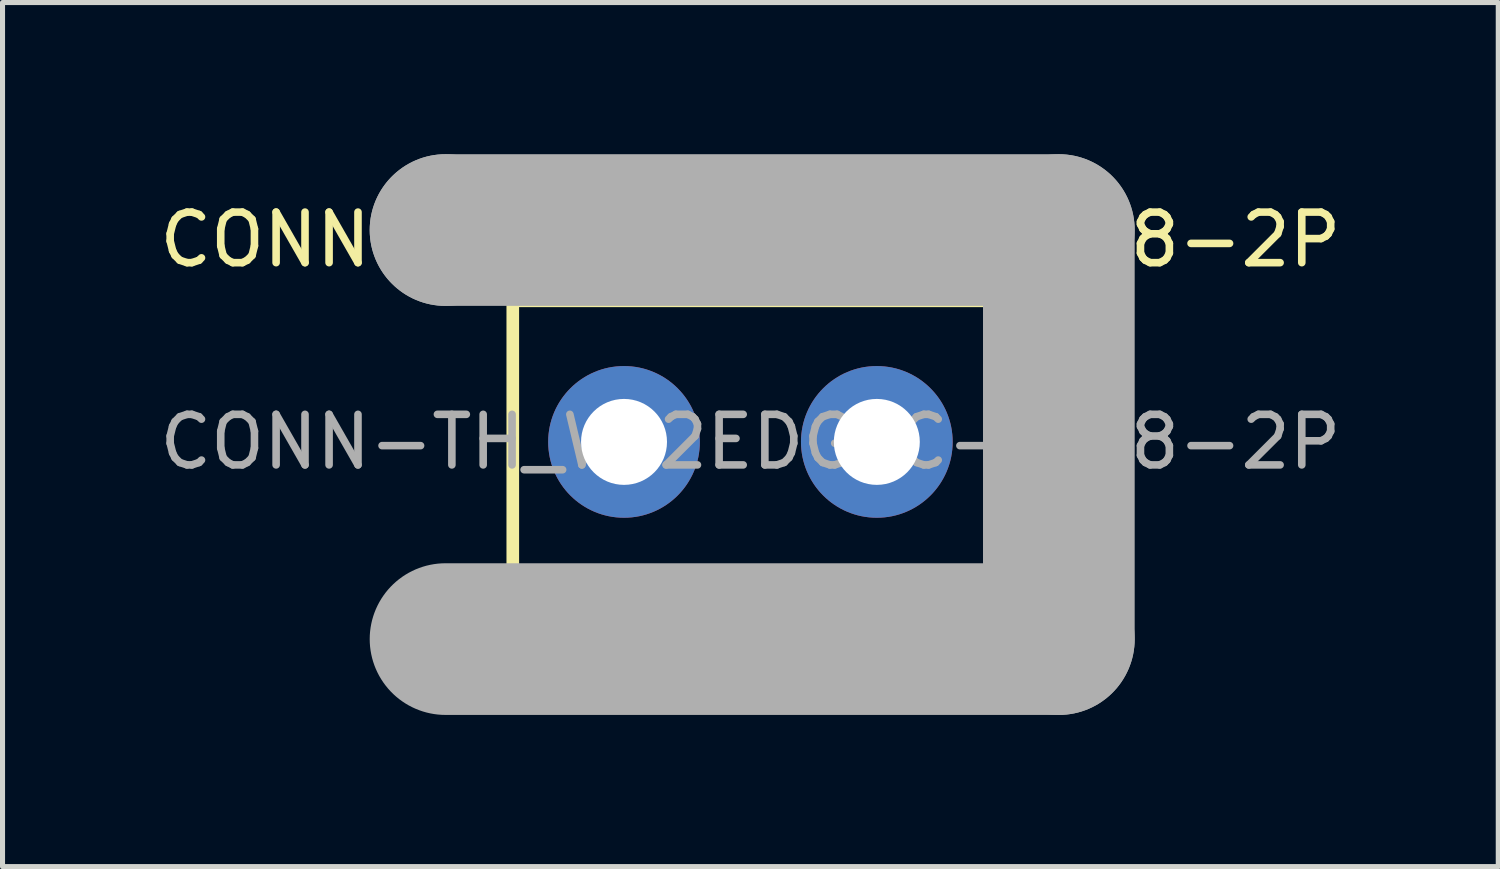
<source format=kicad_pcb>
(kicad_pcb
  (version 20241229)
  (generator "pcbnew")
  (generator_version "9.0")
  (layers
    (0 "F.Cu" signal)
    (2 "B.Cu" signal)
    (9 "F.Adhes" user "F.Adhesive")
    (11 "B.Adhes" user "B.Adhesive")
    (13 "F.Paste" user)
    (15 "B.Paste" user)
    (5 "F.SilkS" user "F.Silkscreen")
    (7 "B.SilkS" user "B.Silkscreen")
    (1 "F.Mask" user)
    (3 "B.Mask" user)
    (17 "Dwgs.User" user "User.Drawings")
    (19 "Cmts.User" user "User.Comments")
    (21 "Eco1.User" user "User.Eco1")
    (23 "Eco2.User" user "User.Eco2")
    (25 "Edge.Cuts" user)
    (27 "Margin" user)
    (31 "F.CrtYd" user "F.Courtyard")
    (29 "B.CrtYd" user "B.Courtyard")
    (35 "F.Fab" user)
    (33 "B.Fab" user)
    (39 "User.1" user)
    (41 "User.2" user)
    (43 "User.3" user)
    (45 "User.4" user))
  (footprint "CONN-TH_WJ2EDGVC-5.08-2P"
    (layer "F.Cu")
    (at 11.792 5.69)
    (property "Reference" "CONN-TH_WJ2EDGVC-5.08-2P" (at 0 -4 0) (layer "F.SilkS") (effects (font (size 1 1) (thickness 0.15))))
    (attr smd)
    (fp_line (start -4.7 -2.79) (end -4.7 2.79) (stroke (width 0.25) (type solid)) (layer "F.SilkS"))
    (fp_line (start -4.7 2.79) (end -4.19 2.79) (stroke (width 0.25) (type solid)) (layer "F.SilkS"))
    (fp_line (start -4.19 2.79) (end -4.06 2.79) (stroke (width 0.25) (type solid)) (layer "F.SilkS"))
    (fp_line (start -0.76 2.84) (end 0.93 2.84) (stroke (width 0.25) (type solid)) (layer "F.SilkS"))
    (fp_line (start 4.24 2.84) (end 4.83 2.84) (stroke (width 0.25) (type solid)) (layer "F.SilkS"))
    (fp_line (start 4.83 -2.79) (end -4.7 -2.79) (stroke (width 0.25) (type solid)) (layer "F.SilkS"))
    (fp_line (start 4.83 2.84) (end 4.83 -2.79) (stroke (width 0.25) (type solid)) (layer "F.SilkS"))
    (fp_arc (start -0.759489 2.839401) (mid -2.409606 3.600391) (end -4.06 2.84) (stroke (width 0.25) (type solid)) (layer "F.SilkS"))
    (fp_arc (start 4.242322 2.849053) (mid 2.584065 3.611535) (end 0.93 2.84) (stroke (width 0.25) (type solid)) (layer "F.SilkS"))
    (fp_line (start -6.03 -4.19) (end -6.03 -4.19) (stroke (width 3) (type solid)) (layer "F.Fab"))
    (fp_line (start -6.03 -4.19) (end 6.1 -4.19) (stroke (width 3) (type solid)) (layer "F.Fab"))
    (fp_line (start 6.1 -4.19) (end 6.1 3.9) (stroke (width 3) (type solid)) (layer "F.Fab"))
    (fp_line (start 6.1 3.9) (end -6.03 3.9) (stroke (width 3) (type solid)) (layer "F.Fab"))
    (fp_circle (center -6.03 -4.15) (end -6 -4.15) (stroke (width 0.06) (type solid)) (fill no) (layer "F.Fab"))
    (fp_text user "${REFERENCE}" (at 0 0 0) (layer "F.Fab") (effects (font (size 1 1) (thickness 0.15))))
    (pad "1" thru_hole circle (at -2.5 0) (size 3 3) (drill 1.7) (layers "*.Cu" "*.Paste" "*.Mask"))
    (pad "2" thru_hole circle (at 2.5 0) (size 3 3) (drill 1.7) (layers "*.Cu" "*.Paste" "*.Mask")))
  (gr_rect
    (start -3 -3)
    (end 26.583 14.09)
    (stroke (width 0.1) (type default))
    (fill no)
    (layer "Edge.Cuts")))
</source>
